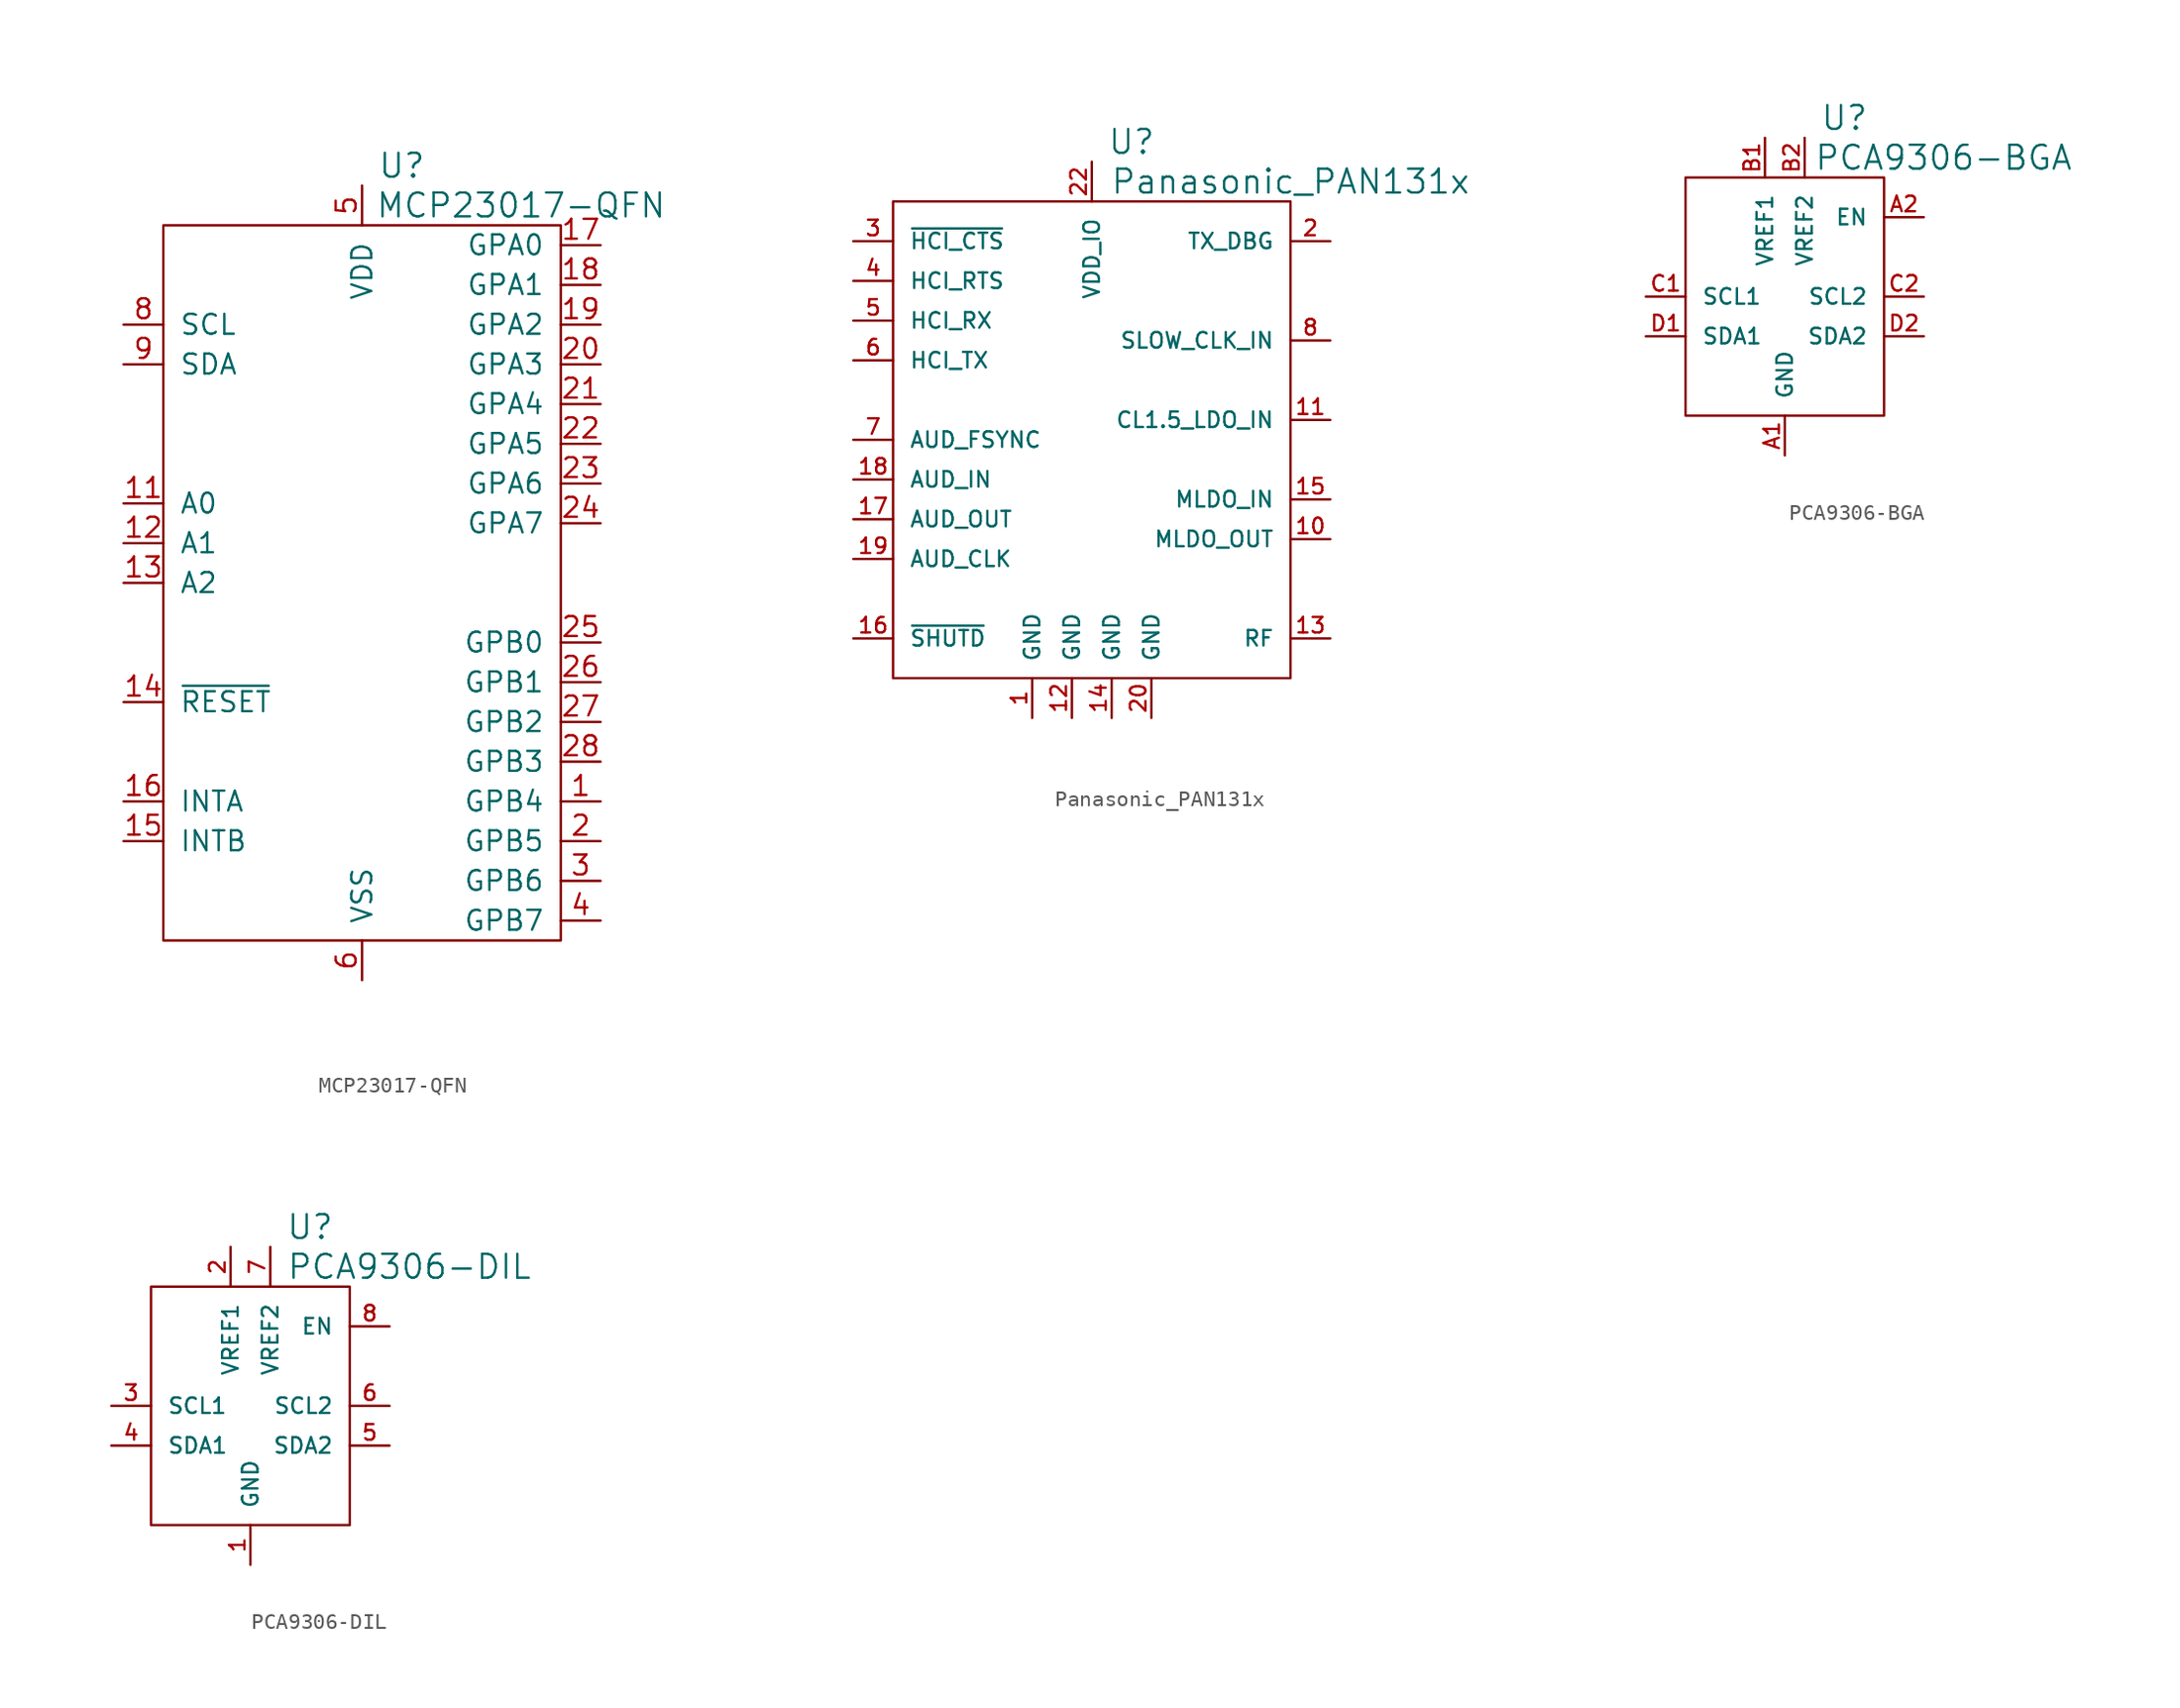
<source format=kicad_sym>
(kicad_symbol_lib
  (version 20220914)
  (generator kicad_symbol_editor)
  (symbol "MCP23017-QFN"
    (pin_names
      (offset 1.016))
    (property "Reference" "U"
      (at 2.54 26.67 0)
      (effects (font (size 1.524 1.524))))
    (property "Value" "MCP23017-QFN"
      (at 10.16 24.13 0)
      (effects (font (size 1.524 1.524))))
    (property "Footprint" ""
      (at 0 0 0)
      (effects (font (size 1.524 1.524))))
    (property "Datasheet" ""
      (at 0 0 0)
      (effects (font (size 1.524 1.524))))
    (symbol "MCP23017-QFN_0_1"
      (rectangle (start -12.7 22.86) (end 12.7 -22.86) (stroke (width 0) (type solid)) (fill (type none))))
    (symbol "MCP23017-QFN_1_1"
      (pin input line (at 15.24 -13.97 180) (length 2.54) (name "GPB4" (effects (font (size 1.27 1.27)))) (number "1" (effects (font (size 1.27 1.27)))))
      (pin input line (at -15.24 5.08 0) (length 2.54) (name "A0" (effects (font (size 1.27 1.27)))) (number "11" (effects (font (size 1.27 1.27)))))
      (pin input line (at -15.24 2.54 0) (length 2.54) (name "A1" (effects (font (size 1.27 1.27)))) (number "12" (effects (font (size 1.27 1.27)))))
      (pin input line (at -15.24 0 0) (length 2.54) (name "A2" (effects (font (size 1.27 1.27)))) (number "13" (effects (font (size 1.27 1.27)))))
      (pin input line (at -15.24 -7.62 0) (length 2.54) (name "~{RESET}" (effects (font (size 1.27 1.27)))) (number "14" (effects (font (size 1.27 1.27)))))
      (pin input line (at -15.24 -16.51 0) (length 2.54) (name "INTB" (effects (font (size 1.27 1.27)))) (number "15" (effects (font (size 1.27 1.27)))))
      (pin input line (at -15.24 -13.97 0) (length 2.54) (name "INTA" (effects (font (size 1.27 1.27)))) (number "16" (effects (font (size 1.27 1.27)))))
      (pin input line (at 15.24 21.59 180) (length 2.54) (name "GPA0" (effects (font (size 1.27 1.27)))) (number "17" (effects (font (size 1.27 1.27)))))
      (pin input line (at 15.24 19.05 180) (length 2.54) (name "GPA1" (effects (font (size 1.27 1.27)))) (number "18" (effects (font (size 1.27 1.27)))))
      (pin input line (at 15.24 16.51 180) (length 2.54) (name "GPA2" (effects (font (size 1.27 1.27)))) (number "19" (effects (font (size 1.27 1.27)))))
      (pin input line (at 15.24 -16.51 180) (length 2.54) (name "GPB5" (effects (font (size 1.27 1.27)))) (number "2" (effects (font (size 1.27 1.27)))))
      (pin input line (at 15.24 13.97 180) (length 2.54) (name "GPA3" (effects (font (size 1.27 1.27)))) (number "20" (effects (font (size 1.27 1.27)))))
      (pin input line (at 15.24 11.43 180) (length 2.54) (name "GPA4" (effects (font (size 1.27 1.27)))) (number "21" (effects (font (size 1.27 1.27)))))
      (pin input line (at 15.24 8.89 180) (length 2.54) (name "GPA5" (effects (font (size 1.27 1.27)))) (number "22" (effects (font (size 1.27 1.27)))))
      (pin input line (at 15.24 6.35 180) (length 2.54) (name "GPA6" (effects (font (size 1.27 1.27)))) (number "23" (effects (font (size 1.27 1.27)))))
      (pin input line (at 15.24 3.81 180) (length 2.54) (name "GPA7" (effects (font (size 1.27 1.27)))) (number "24" (effects (font (size 1.27 1.27)))))
      (pin input line (at 15.24 -3.81 180) (length 2.54) (name "GPB0" (effects (font (size 1.27 1.27)))) (number "25" (effects (font (size 1.27 1.27)))))
      (pin input line (at 15.24 -6.35 180) (length 2.54) (name "GPB1" (effects (font (size 1.27 1.27)))) (number "26" (effects (font (size 1.27 1.27)))))
      (pin input line (at 15.24 -8.89 180) (length 2.54) (name "GPB2" (effects (font (size 1.27 1.27)))) (number "27" (effects (font (size 1.27 1.27)))))
      (pin input line (at 15.24 -11.43 180) (length 2.54) (name "GPB3" (effects (font (size 1.27 1.27)))) (number "28" (effects (font (size 1.27 1.27)))))
      (pin input line (at 15.24 -19.05 180) (length 2.54) (name "GPB6" (effects (font (size 1.27 1.27)))) (number "3" (effects (font (size 1.27 1.27)))))
      (pin input line (at 15.24 -21.59 180) (length 2.54) (name "GPB7" (effects (font (size 1.27 1.27)))) (number "4" (effects (font (size 1.27 1.27)))))
      (pin passive line (at 0 25.4 270) (length 2.54) (name "VDD" (effects (font (size 1.27 1.27)))) (number "5" (effects (font (size 1.27 1.27)))))
      (pin passive line (at 0 -25.4 90) (length 2.54) (name "VSS" (effects (font (size 1.27 1.27)))) (number "6" (effects (font (size 1.27 1.27)))))
      (pin input line (at -15.24 16.51 0) (length 2.54) (name "SCL" (effects (font (size 1.27 1.27)))) (number "8" (effects (font (size 1.27 1.27)))))
      (pin input line (at -15.24 13.97 0) (length 2.54) (name "SDA" (effects (font (size 1.27 1.27)))) (number "9" (effects (font (size 1.27 1.27)))))))
  (symbol "Panasonic_PAN131x"
    (pin_names
      (offset 1.016))
    (property "Reference" "U"
      (at 2.54 19.05 0)
      (effects (font (size 1.524 1.524))))
    (property "Value" "Panasonic_PAN131x"
      (at 12.7 16.51 0)
      (effects (font (size 1.524 1.524))))
    (property "Footprint" ""
      (at 0 -2.54 0)
      (effects (font (size 1.524 1.524))))
    (property "Datasheet" ""
      (at 0 0 0)
      (effects (font (size 1.524 1.524))))
    (symbol "Panasonic_PAN131x_0_1"
      (rectangle (start -12.7 15.24) (end 12.7 -15.24) (stroke (width 0) (type solid)) (fill (type none))))
    (symbol "Panasonic_PAN131x_1_1"
      (pin passive line (at -3.81 -17.78 90) (length 2.54) (name "GND" (effects (font (size 0.991 0.991)))) (number "1" (effects (font (size 0.991 0.991)))))
      (pin passive line (at 15.24 -6.35 180) (length 2.54) (name "MLDO_OUT" (effects (font (size 0.991 0.991)))) (number "10" (effects (font (size 0.991 0.991)))))
      (pin passive line (at 15.24 1.27 180) (length 2.54) (name "CL1.5_LDO_IN" (effects (font (size 0.991 0.991)))) (number "11" (effects (font (size 0.991 0.991)))))
      (pin passive line (at -1.27 -17.78 90) (length 2.54) (name "GND" (effects (font (size 0.991 0.991)))) (number "12" (effects (font (size 0.991 0.991)))))
      (pin passive line (at 15.24 -12.7 180) (length 2.54) (name "RF" (effects (font (size 0.991 0.991)))) (number "13" (effects (font (size 0.991 0.991)))))
      (pin passive line (at 1.27 -17.78 90) (length 2.54) (name "GND" (effects (font (size 0.991 0.991)))) (number "14" (effects (font (size 0.991 0.991)))))
      (pin passive line (at 15.24 -3.81 180) (length 2.54) (name "MLDO_IN" (effects (font (size 0.991 0.991)))) (number "15" (effects (font (size 0.991 0.991)))))
      (pin passive line (at -15.24 -12.7 0) (length 2.54) (name "~{SHUTD}" (effects (font (size 0.991 0.991)))) (number "16" (effects (font (size 0.991 0.991)))))
      (pin passive line (at -15.24 -5.08 0) (length 2.54) (name "AUD_OUT" (effects (font (size 0.991 0.991)))) (number "17" (effects (font (size 0.991 0.991)))))
      (pin passive line (at -15.24 -2.54 0) (length 2.54) (name "AUD_IN" (effects (font (size 0.991 0.991)))) (number "18" (effects (font (size 0.991 0.991)))))
      (pin passive line (at -15.24 -7.62 0) (length 2.54) (name "AUD_CLK" (effects (font (size 0.991 0.991)))) (number "19" (effects (font (size 0.991 0.991)))))
      (pin passive line (at 15.24 12.7 180) (length 2.54) (name "TX_DBG" (effects (font (size 0.991 0.991)))) (number "2" (effects (font (size 0.991 0.991)))))
      (pin passive line (at 3.81 -17.78 90) (length 2.54) (name "GND" (effects (font (size 0.991 0.991)))) (number "20" (effects (font (size 0.991 0.991)))))
      (pin passive line (at 0 17.78 270) (length 2.54) (name "VDD_IO" (effects (font (size 0.991 0.991)))) (number "22" (effects (font (size 0.991 0.991)))))
      (pin passive line (at -15.24 12.7 0) (length 2.54) (name "~{HCI_CTS}" (effects (font (size 0.991 0.991)))) (number "3" (effects (font (size 0.991 0.991)))))
      (pin passive line (at -15.24 10.16 0) (length 2.54) (name "HCI_RTS" (effects (font (size 0.991 0.991)))) (number "4" (effects (font (size 0.991 0.991)))))
      (pin passive line (at -15.24 7.62 0) (length 2.54) (name "HCI_RX" (effects (font (size 0.991 0.991)))) (number "5" (effects (font (size 0.991 0.991)))))
      (pin passive line (at -15.24 5.08 0) (length 2.54) (name "HCI_TX" (effects (font (size 0.991 0.991)))) (number "6" (effects (font (size 0.991 0.991)))))
      (pin passive line (at -15.24 0 0) (length 2.54) (name "AUD_FSYNC" (effects (font (size 0.991 0.991)))) (number "7" (effects (font (size 0.991 0.991)))))
      (pin passive line (at 15.24 6.35 180) (length 2.54) (name "SLOW_CLK_IN" (effects (font (size 0.991 0.991)))) (number "8" (effects (font (size 0.991 0.991)))))))
  (symbol "PCA9306-BGA"
    (pin_names
      (offset 1.016))
    (property "Reference" "U"
      (at 3.81 11.43 0)
      (effects (font (size 1.524 1.524))))
    (property "Value" "PCA9306-BGA"
      (at 10.16 8.89 0)
      (effects (font (size 1.524 1.524))))
    (property "Footprint" ""
      (at 0 0 0)
      (effects (font (size 1.524 1.524))))
    (property "Datasheet" ""
      (at 0 0 0)
      (effects (font (size 1.524 1.524))))
    (symbol "PCA9306-BGA_0_1"
      (rectangle (start -6.35 7.62) (end 6.35 -7.62) (stroke (width 0) (type solid)) (fill (type none))))
    (symbol "PCA9306-BGA_1_1"
      (pin passive line (at 0 -10.16 90) (length 2.54) (name "GND" (effects (font (size 0.991 0.991)))) (number "A1" (effects (font (size 0.991 0.991)))))
      (pin passive line (at 8.89 5.08 180) (length 2.54) (name "EN" (effects (font (size 0.991 0.991)))) (number "A2" (effects (font (size 0.991 0.991)))))
      (pin passive line (at -1.27 10.16 270) (length 2.54) (name "VREF1" (effects (font (size 0.991 0.991)))) (number "B1" (effects (font (size 0.991 0.991)))))
      (pin passive line (at 1.27 10.16 270) (length 2.54) (name "VREF2" (effects (font (size 0.991 0.991)))) (number "B2" (effects (font (size 0.991 0.991)))))
      (pin passive line (at -8.89 0 0) (length 2.54) (name "SCL1" (effects (font (size 0.991 0.991)))) (number "C1" (effects (font (size 0.991 0.991)))))
      (pin passive line (at 8.89 0 180) (length 2.54) (name "SCL2" (effects (font (size 0.991 0.991)))) (number "C2" (effects (font (size 0.991 0.991)))))
      (pin passive line (at -8.89 -2.54 0) (length 2.54) (name "SDA1" (effects (font (size 0.991 0.991)))) (number "D1" (effects (font (size 0.991 0.991)))))
      (pin passive line (at 8.89 -2.54 180) (length 2.54) (name "SDA2" (effects (font (size 0.991 0.991)))) (number "D2" (effects (font (size 0.991 0.991)))))))
  (symbol "PCA9306-DIL"
    (pin_names
      (offset 1.016))
    (property "Reference" "U"
      (at 3.81 11.43 0)
      (effects (font (size 1.524 1.524))))
    (property "Value" "PCA9306-DIL"
      (at 10.16 8.89 0)
      (effects (font (size 1.524 1.524))))
    (property "Footprint" ""
      (at 0 0 0)
      (effects (font (size 1.524 1.524))))
    (property "Datasheet" ""
      (at 0 0 0)
      (effects (font (size 1.524 1.524))))
    (symbol "PCA9306-DIL_0_1"
      (rectangle (start -6.35 7.62) (end 6.35 -7.62) (stroke (width 0) (type solid)) (fill (type none))))
    (symbol "PCA9306-DIL_1_1"
      (pin passive line (at 0 -10.16 90) (length 2.54) (name "GND" (effects (font (size 0.991 0.991)))) (number "1" (effects (font (size 0.991 0.991)))))
      (pin passive line (at -1.27 10.16 270) (length 2.54) (name "VREF1" (effects (font (size 0.991 0.991)))) (number "2" (effects (font (size 0.991 0.991)))))
      (pin passive line (at -8.89 0 0) (length 2.54) (name "SCL1" (effects (font (size 0.991 0.991)))) (number "3" (effects (font (size 0.991 0.991)))))
      (pin passive line (at -8.89 -2.54 0) (length 2.54) (name "SDA1" (effects (font (size 0.991 0.991)))) (number "4" (effects (font (size 0.991 0.991)))))
      (pin passive line (at 8.89 -2.54 180) (length 2.54) (name "SDA2" (effects (font (size 0.991 0.991)))) (number "5" (effects (font (size 0.991 0.991)))))
      (pin passive line (at 8.89 0 180) (length 2.54) (name "SCL2" (effects (font (size 0.991 0.991)))) (number "6" (effects (font (size 0.991 0.991)))))
      (pin passive line (at 1.27 10.16 270) (length 2.54) (name "VREF2" (effects (font (size 0.991 0.991)))) (number "7" (effects (font (size 0.991 0.991)))))
      (pin passive line (at 8.89 5.08 180) (length 2.54) (name "EN" (effects (font (size 0.991 0.991)))) (number "8" (effects (font (size 0.991 0.991))))))))
</source>
